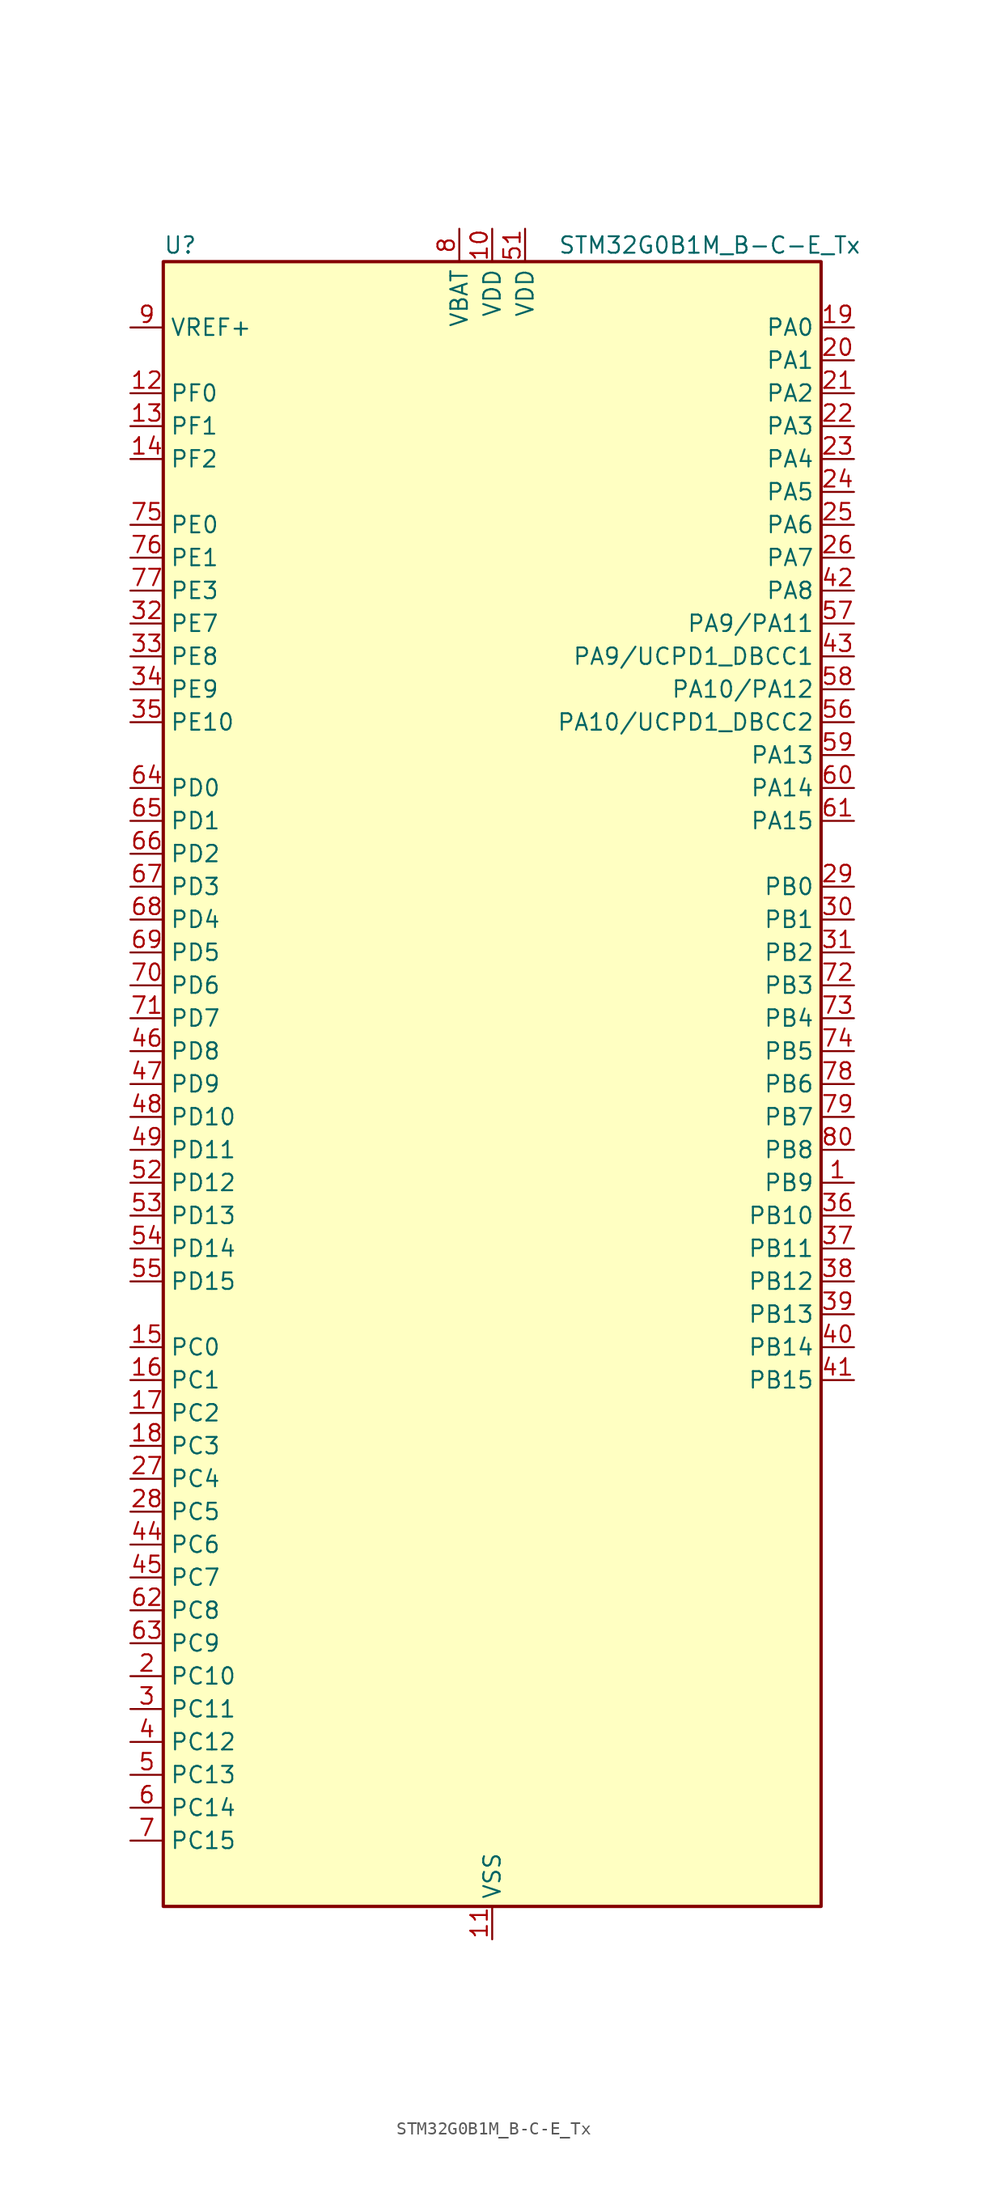
<source format=kicad_sym>
(kicad_symbol_lib
  (version 20231120)
  (generator "kicad-library-utils")
  (generator_version "8.0")
  (symbol "STM32G0B1M_B-C-E_Tx"
    (property "Reference" "U"
      (at -25.4 64.77 0)
      (effects (font (size 1.27 1.27)) (justify left)))
    (property "Value" "STM32G0B1M_B-C-E_Tx"
      (at 5.08 64.77 0)
      (effects (font (size 1.27 1.27)) (justify left)))
    (symbol "STM32G0B1M_B-C-E_Tx_0_1"
      (rectangle (start -25.4 -63.5) (end 25.4 63.5) (stroke (width 0.254) (type default)) (fill (type background))))
    (symbol "STM32G0B1M_B-C-E_Tx_1_1"
      (pin bidirectional line (at 27.94 -7.62 180) (length 2.54) (name "PB9" (effects (font (size 1.27 1.27)))) (number "1" (effects (font (size 1.27 1.27)))) (alternate "DAC1_EXTI9" bidirectional line) (alternate "FDCAN1_TX" bidirectional line) (alternate "I2C1_SDA" bidirectional line) (alternate "I2S2_WS" bidirectional line) (alternate "IR_OUT" bidirectional line) (alternate "SPI2_NSS" bidirectional line) (alternate "TIM17_CH1" bidirectional line) (alternate "TIM4_CH4" bidirectional line) (alternate "UCPD2_FRSTX1" bidirectional line) (alternate "UCPD2_FRSTX2" bidirectional line) (alternate "USART3_RX" bidirectional line) (alternate "USART6_RX" bidirectional line))
      (pin power_in line (at 0 66.04 270) (length 2.54) (name "VDD" (effects (font (size 1.27 1.27)))) (number "10" (effects (font (size 1.27 1.27)))))
      (pin power_in line (at 0 -66.04 90) (length 2.54) (name "VSS" (effects (font (size 1.27 1.27)))) (number "11" (effects (font (size 1.27 1.27)))))
      (pin bidirectional line (at -27.94 53.34 0) (length 2.54) (name "PF0" (effects (font (size 1.27 1.27)))) (number "12" (effects (font (size 1.27 1.27)))) (alternate "CRS1_SYNC" bidirectional line) (alternate "RCC_OSC_IN" bidirectional line) (alternate "TIM14_CH1" bidirectional line))
      (pin bidirectional line (at -27.94 50.8 0) (length 2.54) (name "PF1" (effects (font (size 1.27 1.27)))) (number "13" (effects (font (size 1.27 1.27)))) (alternate "RCC_OSC_EN" bidirectional line) (alternate "RCC_OSC_OUT" bidirectional line) (alternate "TIM15_CH1N" bidirectional line))
      (pin bidirectional line (at -27.94 48.26 0) (length 2.54) (name "PF2" (effects (font (size 1.27 1.27)))) (number "14" (effects (font (size 1.27 1.27)))) (alternate "LPUART2_DE" bidirectional line) (alternate "LPUART2_RTS" bidirectional line) (alternate "LPUART2_TX" bidirectional line) (alternate "RCC_MCO" bidirectional line))
      (pin bidirectional line (at -27.94 -20.32 0) (length 2.54) (name "PC0" (effects (font (size 1.27 1.27)))) (number "15" (effects (font (size 1.27 1.27)))) (alternate "COMP3_INM" bidirectional line) (alternate "COMP3_OUT" bidirectional line) (alternate "I2C3_SCL" bidirectional line) (alternate "LPTIM1_IN1" bidirectional line) (alternate "LPTIM2_IN1" bidirectional line) (alternate "LPUART1_RX" bidirectional line) (alternate "LPUART2_TX" bidirectional line) (alternate "USART6_TX" bidirectional line))
      (pin bidirectional line (at -27.94 -22.86 0) (length 2.54) (name "PC1" (effects (font (size 1.27 1.27)))) (number "16" (effects (font (size 1.27 1.27)))) (alternate "COMP3_INP" bidirectional line) (alternate "I2C3_SDA" bidirectional line) (alternate "LPTIM1_OUT" bidirectional line) (alternate "LPUART1_TX" bidirectional line) (alternate "LPUART2_RX" bidirectional line) (alternate "TIM15_CH1" bidirectional line) (alternate "USART6_RX" bidirectional line))
      (pin bidirectional line (at -27.94 -25.4 0) (length 2.54) (name "PC2" (effects (font (size 1.27 1.27)))) (number "17" (effects (font (size 1.27 1.27)))) (alternate "COMP3_OUT" bidirectional line) (alternate "FDCAN2_RX" bidirectional line) (alternate "I2S2_MCK" bidirectional line) (alternate "LPTIM1_IN2" bidirectional line) (alternate "SPI2_MISO" bidirectional line) (alternate "TIM15_CH2" bidirectional line))
      (pin bidirectional line (at -27.94 -27.94 0) (length 2.54) (name "PC3" (effects (font (size 1.27 1.27)))) (number "18" (effects (font (size 1.27 1.27)))) (alternate "FDCAN2_TX" bidirectional line) (alternate "I2S2_SD" bidirectional line) (alternate "LPTIM1_ETR" bidirectional line) (alternate "LPTIM2_ETR" bidirectional line) (alternate "SPI2_MOSI" bidirectional line))
      (pin bidirectional line (at 27.94 58.42 180) (length 2.54) (name "PA0" (effects (font (size 1.27 1.27)))) (number "19" (effects (font (size 1.27 1.27)))) (alternate "ADC1_IN0" bidirectional line) (alternate "COMP1_INM" bidirectional line) (alternate "COMP1_OUT" bidirectional line) (alternate "I2S2_CK" bidirectional line) (alternate "LPTIM1_OUT" bidirectional line) (alternate "RTC_TAMP_IN2" bidirectional line) (alternate "SPI2_SCK" bidirectional line) (alternate "SYS_WKUP1" bidirectional line) (alternate "TIM2_CH1" bidirectional line) (alternate "TIM2_ETR" bidirectional line) (alternate "UCPD2_FRSTX1" bidirectional line) (alternate "UCPD2_FRSTX2" bidirectional line) (alternate "USART2_CTS" bidirectional line) (alternate "USART2_NSS" bidirectional line) (alternate "USART4_TX" bidirectional line))
      (pin bidirectional line (at -27.94 -45.72 0) (length 2.54) (name "PC10" (effects (font (size 1.27 1.27)))) (number "2" (effects (font (size 1.27 1.27)))) (alternate "SPI3_SCK" bidirectional line) (alternate "TIM1_CH3" bidirectional line) (alternate "USART3_TX" bidirectional line) (alternate "USART4_TX" bidirectional line))
      (pin bidirectional line (at 27.94 55.88 180) (length 2.54) (name "PA1" (effects (font (size 1.27 1.27)))) (number "20" (effects (font (size 1.27 1.27)))) (alternate "ADC1_IN1" bidirectional line) (alternate "COMP1_INP" bidirectional line) (alternate "I2C1_SMBA" bidirectional line) (alternate "I2S1_CK" bidirectional line) (alternate "SPI1_SCK" bidirectional line) (alternate "TIM15_CH1N" bidirectional line) (alternate "TIM2_CH2" bidirectional line) (alternate "USART2_CK" bidirectional line) (alternate "USART2_DE" bidirectional line) (alternate "USART2_RTS" bidirectional line) (alternate "USART4_RX" bidirectional line))
      (pin bidirectional line (at 27.94 53.34 180) (length 2.54) (name "PA2" (effects (font (size 1.27 1.27)))) (number "21" (effects (font (size 1.27 1.27)))) (alternate "ADC1_IN2" bidirectional line) (alternate "COMP2_INM" bidirectional line) (alternate "COMP2_OUT" bidirectional line) (alternate "I2S1_SD" bidirectional line) (alternate "LPUART1_TX" bidirectional line) (alternate "RCC_LSCO" bidirectional line) (alternate "SPI1_MOSI" bidirectional line) (alternate "SYS_WKUP4" bidirectional line) (alternate "TIM15_CH1" bidirectional line) (alternate "TIM2_CH3" bidirectional line) (alternate "UCPD1_FRSTX1" bidirectional line) (alternate "UCPD1_FRSTX2" bidirectional line) (alternate "USART2_TX" bidirectional line))
      (pin bidirectional line (at 27.94 50.8 180) (length 2.54) (name "PA3" (effects (font (size 1.27 1.27)))) (number "22" (effects (font (size 1.27 1.27)))) (alternate "ADC1_IN3" bidirectional line) (alternate "COMP2_INP" bidirectional line) (alternate "I2S2_MCK" bidirectional line) (alternate "LPUART1_RX" bidirectional line) (alternate "SPI2_MISO" bidirectional line) (alternate "TIM15_CH2" bidirectional line) (alternate "TIM2_CH4" bidirectional line) (alternate "UCPD2_FRSTX1" bidirectional line) (alternate "UCPD2_FRSTX2" bidirectional line) (alternate "USART2_RX" bidirectional line))
      (pin bidirectional line (at 27.94 48.26 180) (length 2.54) (name "PA4" (effects (font (size 1.27 1.27)))) (number "23" (effects (font (size 1.27 1.27)))) (alternate "ADC1_IN4" bidirectional line) (alternate "DAC1_OUT1" bidirectional line) (alternate "I2S1_WS" bidirectional line) (alternate "I2S2_SD" bidirectional line) (alternate "LPTIM2_OUT" bidirectional line) (alternate "RTC_OUT2" bidirectional line) (alternate "SPI1_NSS" bidirectional line) (alternate "SPI2_MOSI" bidirectional line) (alternate "SPI3_NSS" bidirectional line) (alternate "TIM14_CH1" bidirectional line) (alternate "UCPD2_FRSTX1" bidirectional line) (alternate "UCPD2_FRSTX2" bidirectional line) (alternate "USART6_TX" bidirectional line) (alternate "USB_NOE" bidirectional line))
      (pin bidirectional line (at 27.94 45.72 180) (length 2.54) (name "PA5" (effects (font (size 1.27 1.27)))) (number "24" (effects (font (size 1.27 1.27)))) (alternate "ADC1_IN5" bidirectional line) (alternate "CEC" bidirectional line) (alternate "DAC1_OUT2" bidirectional line) (alternate "I2S1_CK" bidirectional line) (alternate "LPTIM2_ETR" bidirectional line) (alternate "SPI1_SCK" bidirectional line) (alternate "TIM2_CH1" bidirectional line) (alternate "TIM2_ETR" bidirectional line) (alternate "UCPD1_FRSTX1" bidirectional line) (alternate "UCPD1_FRSTX2" bidirectional line) (alternate "USART3_TX" bidirectional line) (alternate "USART6_RX" bidirectional line))
      (pin bidirectional line (at 27.94 43.18 180) (length 2.54) (name "PA6" (effects (font (size 1.27 1.27)))) (number "25" (effects (font (size 1.27 1.27)))) (alternate "ADC1_IN6" bidirectional line) (alternate "COMP1_OUT" bidirectional line) (alternate "I2C2_SDA" bidirectional line) (alternate "I2C3_SDA" bidirectional line) (alternate "I2S1_MCK" bidirectional line) (alternate "LPUART1_CTS" bidirectional line) (alternate "SPI1_MISO" bidirectional line) (alternate "TIM16_CH1" bidirectional line) (alternate "TIM1_BK" bidirectional line) (alternate "TIM3_CH1" bidirectional line) (alternate "USART3_CTS" bidirectional line) (alternate "USART3_NSS" bidirectional line) (alternate "USART6_CTS" bidirectional line) (alternate "USART6_NSS" bidirectional line))
      (pin bidirectional line (at 27.94 40.64 180) (length 2.54) (name "PA7" (effects (font (size 1.27 1.27)))) (number "26" (effects (font (size 1.27 1.27)))) (alternate "ADC1_IN7" bidirectional line) (alternate "COMP2_OUT" bidirectional line) (alternate "I2C2_SCL" bidirectional line) (alternate "I2C3_SCL" bidirectional line) (alternate "I2S1_SD" bidirectional line) (alternate "SPI1_MOSI" bidirectional line) (alternate "TIM14_CH1" bidirectional line) (alternate "TIM17_CH1" bidirectional line) (alternate "TIM1_CH1N" bidirectional line) (alternate "TIM3_CH2" bidirectional line) (alternate "UCPD1_FRSTX1" bidirectional line) (alternate "UCPD1_FRSTX2" bidirectional line) (alternate "USART6_CK" bidirectional line) (alternate "USART6_DE" bidirectional line) (alternate "USART6_RTS" bidirectional line))
      (pin bidirectional line (at -27.94 -30.48 0) (length 2.54) (name "PC4" (effects (font (size 1.27 1.27)))) (number "27" (effects (font (size 1.27 1.27)))) (alternate "ADC1_IN17" bidirectional line) (alternate "COMP1_INM" bidirectional line) (alternate "FDCAN1_RX" bidirectional line) (alternate "TIM2_CH1" bidirectional line) (alternate "TIM2_ETR" bidirectional line) (alternate "USART1_TX" bidirectional line) (alternate "USART3_TX" bidirectional line))
      (pin bidirectional line (at -27.94 -33.02 0) (length 2.54) (name "PC5" (effects (font (size 1.27 1.27)))) (number "28" (effects (font (size 1.27 1.27)))) (alternate "ADC1_IN18" bidirectional line) (alternate "COMP1_INP" bidirectional line) (alternate "FDCAN1_TX" bidirectional line) (alternate "SYS_WKUP5" bidirectional line) (alternate "TIM2_CH2" bidirectional line) (alternate "USART1_RX" bidirectional line) (alternate "USART3_RX" bidirectional line))
      (pin bidirectional line (at 27.94 15.24 180) (length 2.54) (name "PB0" (effects (font (size 1.27 1.27)))) (number "29" (effects (font (size 1.27 1.27)))) (alternate "ADC1_IN8" bidirectional line) (alternate "COMP1_OUT" bidirectional line) (alternate "COMP3_INP" bidirectional line) (alternate "FDCAN2_RX" bidirectional line) (alternate "I2S1_WS" bidirectional line) (alternate "LPTIM1_OUT" bidirectional line) (alternate "LPUART2_CTS" bidirectional line) (alternate "SPI1_NSS" bidirectional line) (alternate "TIM1_CH2N" bidirectional line) (alternate "TIM3_CH3" bidirectional line) (alternate "UCPD1_FRSTX1" bidirectional line) (alternate "UCPD1_FRSTX2" bidirectional line) (alternate "USART3_RX" bidirectional line) (alternate "USART5_TX" bidirectional line))
      (pin bidirectional line (at -27.94 -48.26 0) (length 2.54) (name "PC11" (effects (font (size 1.27 1.27)))) (number "3" (effects (font (size 1.27 1.27)))) (alternate "ADC1_EXTI11" bidirectional line) (alternate "SPI3_MISO" bidirectional line) (alternate "TIM1_CH4" bidirectional line) (alternate "USART3_RX" bidirectional line) (alternate "USART4_RX" bidirectional line))
      (pin bidirectional line (at 27.94 12.7 180) (length 2.54) (name "PB1" (effects (font (size 1.27 1.27)))) (number "30" (effects (font (size 1.27 1.27)))) (alternate "ADC1_IN9" bidirectional line) (alternate "COMP1_INM" bidirectional line) (alternate "COMP3_OUT" bidirectional line) (alternate "FDCAN2_TX" bidirectional line) (alternate "LPTIM2_IN1" bidirectional line) (alternate "LPUART1_DE" bidirectional line) (alternate "LPUART1_RTS" bidirectional line) (alternate "LPUART2_DE" bidirectional line) (alternate "LPUART2_RTS" bidirectional line) (alternate "TIM14_CH1" bidirectional line) (alternate "TIM1_CH3N" bidirectional line) (alternate "TIM3_CH4" bidirectional line) (alternate "USART3_CK" bidirectional line) (alternate "USART3_DE" bidirectional line) (alternate "USART3_RTS" bidirectional line) (alternate "USART5_RX" bidirectional line))
      (pin bidirectional line (at 27.94 10.16 180) (length 2.54) (name "PB2" (effects (font (size 1.27 1.27)))) (number "31" (effects (font (size 1.27 1.27)))) (alternate "ADC1_IN10" bidirectional line) (alternate "COMP1_INP" bidirectional line) (alternate "COMP3_INM" bidirectional line) (alternate "I2S2_MCK" bidirectional line) (alternate "LPTIM1_OUT" bidirectional line) (alternate "RCC_MCO_2" bidirectional line) (alternate "SPI2_MISO" bidirectional line) (alternate "USART3_TX" bidirectional line))
      (pin bidirectional line (at -27.94 35.56 0) (length 2.54) (name "PE7" (effects (font (size 1.27 1.27)))) (number "32" (effects (font (size 1.27 1.27)))) (alternate "COMP3_INP" bidirectional line) (alternate "TIM1_ETR" bidirectional line) (alternate "USART5_CK" bidirectional line) (alternate "USART5_DE" bidirectional line) (alternate "USART5_RTS" bidirectional line))
      (pin bidirectional line (at -27.94 33.02 0) (length 2.54) (name "PE8" (effects (font (size 1.27 1.27)))) (number "33" (effects (font (size 1.27 1.27)))) (alternate "COMP3_INM" bidirectional line) (alternate "TIM1_CH1N" bidirectional line) (alternate "USART4_TX" bidirectional line))
      (pin bidirectional line (at -27.94 30.48 0) (length 2.54) (name "PE9" (effects (font (size 1.27 1.27)))) (number "34" (effects (font (size 1.27 1.27)))) (alternate "DAC1_EXTI9" bidirectional line) (alternate "TIM1_CH1" bidirectional line) (alternate "USART4_RX" bidirectional line))
      (pin bidirectional line (at -27.94 27.94 0) (length 2.54) (name "PE10" (effects (font (size 1.27 1.27)))) (number "35" (effects (font (size 1.27 1.27)))) (alternate "TIM1_CH2N" bidirectional line) (alternate "USART5_TX" bidirectional line))
      (pin bidirectional line (at 27.94 -10.16 180) (length 2.54) (name "PB10" (effects (font (size 1.27 1.27)))) (number "36" (effects (font (size 1.27 1.27)))) (alternate "ADC1_IN11" bidirectional line) (alternate "CEC" bidirectional line) (alternate "COMP1_OUT" bidirectional line) (alternate "I2C2_SCL" bidirectional line) (alternate "I2S2_CK" bidirectional line) (alternate "LPUART1_RX" bidirectional line) (alternate "SPI2_SCK" bidirectional line) (alternate "TIM2_CH3" bidirectional line) (alternate "USART3_TX" bidirectional line))
      (pin bidirectional line (at 27.94 -12.7 180) (length 2.54) (name "PB11" (effects (font (size 1.27 1.27)))) (number "37" (effects (font (size 1.27 1.27)))) (alternate "ADC1_EXTI11" bidirectional line) (alternate "ADC1_IN15" bidirectional line) (alternate "COMP2_OUT" bidirectional line) (alternate "I2C2_SDA" bidirectional line) (alternate "I2S2_SD" bidirectional line) (alternate "LPUART1_TX" bidirectional line) (alternate "SPI2_MOSI" bidirectional line) (alternate "TIM2_CH4" bidirectional line) (alternate "USART3_RX" bidirectional line))
      (pin bidirectional line (at 27.94 -15.24 180) (length 2.54) (name "PB12" (effects (font (size 1.27 1.27)))) (number "38" (effects (font (size 1.27 1.27)))) (alternate "ADC1_IN16" bidirectional line) (alternate "FDCAN2_RX" bidirectional line) (alternate "I2C2_SMBA" bidirectional line) (alternate "I2S2_WS" bidirectional line) (alternate "LPUART1_DE" bidirectional line) (alternate "LPUART1_RTS" bidirectional line) (alternate "SPI2_NSS" bidirectional line) (alternate "TIM15_BK" bidirectional line) (alternate "TIM1_BK" bidirectional line) (alternate "UCPD2_FRSTX1" bidirectional line) (alternate "UCPD2_FRSTX2" bidirectional line))
      (pin bidirectional line (at 27.94 -17.78 180) (length 2.54) (name "PB13" (effects (font (size 1.27 1.27)))) (number "39" (effects (font (size 1.27 1.27)))) (alternate "FDCAN2_TX" bidirectional line) (alternate "I2C2_SCL" bidirectional line) (alternate "I2S2_CK" bidirectional line) (alternate "LPUART1_CTS" bidirectional line) (alternate "SPI2_SCK" bidirectional line) (alternate "TIM15_CH1N" bidirectional line) (alternate "TIM1_CH1N" bidirectional line) (alternate "USART3_CTS" bidirectional line) (alternate "USART3_NSS" bidirectional line))
      (pin bidirectional line (at -27.94 -50.8 0) (length 2.54) (name "PC12" (effects (font (size 1.27 1.27)))) (number "4" (effects (font (size 1.27 1.27)))) (alternate "LPTIM1_IN1" bidirectional line) (alternate "SPI3_MOSI" bidirectional line) (alternate "TIM14_CH1" bidirectional line) (alternate "UCPD1_FRSTX1" bidirectional line) (alternate "UCPD1_FRSTX2" bidirectional line) (alternate "USART5_TX" bidirectional line))
      (pin bidirectional line (at 27.94 -20.32 180) (length 2.54) (name "PB14" (effects (font (size 1.27 1.27)))) (number "40" (effects (font (size 1.27 1.27)))) (alternate "I2C2_SDA" bidirectional line) (alternate "I2S2_MCK" bidirectional line) (alternate "SPI2_MISO" bidirectional line) (alternate "TIM15_CH1" bidirectional line) (alternate "TIM1_CH2N" bidirectional line) (alternate "UCPD1_FRSTX1" bidirectional line) (alternate "UCPD1_FRSTX2" bidirectional line) (alternate "USART3_CK" bidirectional line) (alternate "USART3_DE" bidirectional line) (alternate "USART3_RTS" bidirectional line) (alternate "USART6_CK" bidirectional line) (alternate "USART6_DE" bidirectional line) (alternate "USART6_RTS" bidirectional line))
      (pin bidirectional line (at 27.94 -22.86 180) (length 2.54) (name "PB15" (effects (font (size 1.27 1.27)))) (number "41" (effects (font (size 1.27 1.27)))) (alternate "I2S2_SD" bidirectional line) (alternate "RTC_REFIN" bidirectional line) (alternate "SPI2_MOSI" bidirectional line) (alternate "TIM15_CH1N" bidirectional line) (alternate "TIM15_CH2" bidirectional line) (alternate "TIM1_CH3N" bidirectional line) (alternate "UCPD1_CC2" bidirectional line) (alternate "USART6_CTS" bidirectional line) (alternate "USART6_NSS" bidirectional line))
      (pin bidirectional line (at 27.94 38.1 180) (length 2.54) (name "PA8" (effects (font (size 1.27 1.27)))) (number "42" (effects (font (size 1.27 1.27)))) (alternate "CRS1_SYNC" bidirectional line) (alternate "I2C2_SMBA" bidirectional line) (alternate "I2S2_WS" bidirectional line) (alternate "LPTIM2_OUT" bidirectional line) (alternate "RCC_MCO" bidirectional line) (alternate "SPI2_NSS" bidirectional line) (alternate "TIM1_CH1" bidirectional line) (alternate "UCPD1_CC1" bidirectional line))
      (pin bidirectional line (at 27.94 33.02 180) (length 2.54) (name "PA9/UCPD1_DBCC1" (effects (font (size 1.27 1.27)))) (number "43" (effects (font (size 1.27 1.27)))) (alternate "PA9" bidirectional line) (alternate "DAC1_EXTI9 (PA9)" bidirectional line) (alternate "I2C1_SCL (PA9)" bidirectional line) (alternate "I2C2_SCL (PA9)" bidirectional line) (alternate "I2S2_MCK (PA9)" bidirectional line) (alternate "RCC_MCO (PA9)" bidirectional line) (alternate "SPI2_MISO (PA9)" bidirectional line) (alternate "TIM15_BK (PA9)" bidirectional line) (alternate "TIM1_CH2 (PA9)" bidirectional line) (alternate "UCPD1_DBCC1 (PA9)" bidirectional line) (alternate "USART1_TX (PA9)" bidirectional line) (alternate "UCPD1_DBCC1" bidirectional line) (alternate "UCPD1_DBCC1 (UCPD1_DBCC1)" bidirectional line))
      (pin bidirectional line (at -27.94 -35.56 0) (length 2.54) (name "PC6" (effects (font (size 1.27 1.27)))) (number "44" (effects (font (size 1.27 1.27)))) (alternate "LPUART2_TX" bidirectional line) (alternate "TIM2_CH3" bidirectional line) (alternate "TIM3_CH1" bidirectional line) (alternate "UCPD1_FRSTX1" bidirectional line) (alternate "UCPD1_FRSTX2" bidirectional line))
      (pin bidirectional line (at -27.94 -38.1 0) (length 2.54) (name "PC7" (effects (font (size 1.27 1.27)))) (number "45" (effects (font (size 1.27 1.27)))) (alternate "LPUART2_RX" bidirectional line) (alternate "TIM2_CH4" bidirectional line) (alternate "TIM3_CH2" bidirectional line) (alternate "UCPD2_FRSTX1" bidirectional line) (alternate "UCPD2_FRSTX2" bidirectional line))
      (pin bidirectional line (at -27.94 2.54 0) (length 2.54) (name "PD8" (effects (font (size 1.27 1.27)))) (number "46" (effects (font (size 1.27 1.27)))) (alternate "I2S1_CK" bidirectional line) (alternate "LPTIM1_OUT" bidirectional line) (alternate "SPI1_SCK" bidirectional line) (alternate "USART3_TX" bidirectional line))
      (pin bidirectional line (at -27.94 0 0) (length 2.54) (name "PD9" (effects (font (size 1.27 1.27)))) (number "47" (effects (font (size 1.27 1.27)))) (alternate "DAC1_EXTI9" bidirectional line) (alternate "I2S1_WS" bidirectional line) (alternate "SPI1_NSS" bidirectional line) (alternate "TIM1_BK2" bidirectional line) (alternate "USART3_RX" bidirectional line))
      (pin bidirectional line (at -27.94 -2.54 0) (length 2.54) (name "PD10" (effects (font (size 1.27 1.27)))) (number "48" (effects (font (size 1.27 1.27)))) (alternate "RCC_MCO" bidirectional line))
      (pin bidirectional line (at -27.94 -5.08 0) (length 2.54) (name "PD11" (effects (font (size 1.27 1.27)))) (number "49" (effects (font (size 1.27 1.27)))) (alternate "ADC1_EXTI11" bidirectional line) (alternate "LPTIM2_ETR" bidirectional line) (alternate "USART3_CTS" bidirectional line) (alternate "USART3_NSS" bidirectional line))
      (pin bidirectional line (at -27.94 -53.34 0) (length 2.54) (name "PC13" (effects (font (size 1.27 1.27)))) (number "5" (effects (font (size 1.27 1.27)))) (alternate "RTC_OUT1" bidirectional line) (alternate "RTC_TAMP_IN1" bidirectional line) (alternate "RTC_TS" bidirectional line) (alternate "SYS_WKUP2" bidirectional line) (alternate "TIM1_BK" bidirectional line))
      (pin passive line (at 0 -66.04 90) (length 2.54) hide (name "VSS" (effects (font (size 1.27 1.27)))) (number "50" (effects (font (size 1.27 1.27)))))
      (pin power_in line (at 2.54 66.04 270) (length 2.54) (name "VDD" (effects (font (size 1.27 1.27)))) (number "51" (effects (font (size 1.27 1.27)))))
      (pin bidirectional line (at -27.94 -7.62 0) (length 2.54) (name "PD12" (effects (font (size 1.27 1.27)))) (number "52" (effects (font (size 1.27 1.27)))) (alternate "FDCAN1_RX" bidirectional line) (alternate "LPTIM2_IN1" bidirectional line) (alternate "TIM4_CH1" bidirectional line) (alternate "USART3_CK" bidirectional line) (alternate "USART3_DE" bidirectional line) (alternate "USART3_RTS" bidirectional line))
      (pin bidirectional line (at -27.94 -10.16 0) (length 2.54) (name "PD13" (effects (font (size 1.27 1.27)))) (number "53" (effects (font (size 1.27 1.27)))) (alternate "FDCAN1_TX" bidirectional line) (alternate "LPTIM2_OUT" bidirectional line) (alternate "TIM4_CH2" bidirectional line))
      (pin bidirectional line (at -27.94 -12.7 0) (length 2.54) (name "PD14" (effects (font (size 1.27 1.27)))) (number "54" (effects (font (size 1.27 1.27)))) (alternate "FDCAN2_RX" bidirectional line) (alternate "LPUART2_CTS" bidirectional line) (alternate "TIM4_CH3" bidirectional line))
      (pin bidirectional line (at -27.94 -15.24 0) (length 2.54) (name "PD15" (effects (font (size 1.27 1.27)))) (number "55" (effects (font (size 1.27 1.27)))) (alternate "CRS1_SYNC" bidirectional line) (alternate "FDCAN2_TX" bidirectional line) (alternate "LPUART2_DE" bidirectional line) (alternate "LPUART2_RTS" bidirectional line) (alternate "TIM4_CH4" bidirectional line))
      (pin bidirectional line (at 27.94 27.94 180) (length 2.54) (name "PA10/UCPD1_DBCC2" (effects (font (size 1.27 1.27)))) (number "56" (effects (font (size 1.27 1.27)))) (alternate "PA10" bidirectional line) (alternate "I2C1_SDA (PA10)" bidirectional line) (alternate "I2C2_SDA (PA10)" bidirectional line) (alternate "I2S2_SD (PA10)" bidirectional line) (alternate "RCC_MCO_2 (PA10)" bidirectional line) (alternate "SPI2_MOSI (PA10)" bidirectional line) (alternate "TIM17_BK (PA10)" bidirectional line) (alternate "TIM1_CH3 (PA10)" bidirectional line) (alternate "UCPD1_DBCC2 (PA10)" bidirectional line) (alternate "USART1_RX (PA10)" bidirectional line) (alternate "UCPD1_DBCC2" bidirectional line) (alternate "UCPD1_DBCC2 (UCPD1_DBCC2)" bidirectional line))
      (pin bidirectional line (at 27.94 35.56 180) (length 2.54) (name "PA9/PA11" (effects (font (size 1.27 1.27)))) (number "57" (effects (font (size 1.27 1.27)))) (alternate "PA9" bidirectional line) (alternate "DAC1_EXTI9 (PA9)" bidirectional line) (alternate "I2C1_SCL (PA9)" bidirectional line) (alternate "I2C2_SCL (PA9)" bidirectional line) (alternate "I2S2_MCK (PA9)" bidirectional line) (alternate "RCC_MCO (PA9)" bidirectional line) (alternate "SPI2_MISO (PA9)" bidirectional line) (alternate "TIM15_BK (PA9)" bidirectional line) (alternate "TIM1_CH2 (PA9)" bidirectional line) (alternate "UCPD1_DBCC1 (PA9)" bidirectional line) (alternate "USART1_TX (PA9)" bidirectional line) (alternate "PA11" bidirectional line) (alternate "ADC1_EXTI11 (PA11)" bidirectional line) (alternate "COMP1_OUT (PA11)" bidirectional line) (alternate "FDCAN1_RX (PA11)" bidirectional line) (alternate "I2C2_SCL (PA11)" bidirectional line) (alternate "I2S1_MCK (PA11)" bidirectional line) (alternate "SPI1_MISO (PA11)" bidirectional line) (alternate "TIM1_BK2 (PA11)" bidirectional line) (alternate "TIM1_CH4 (PA11)" bidirectional line) (alternate "USART1_CTS (PA11)" bidirectional line) (alternate "USART1_NSS (PA11)" bidirectional line) (alternate "USB_DM (PA11)" bidirectional line))
      (pin bidirectional line (at 27.94 30.48 180) (length 2.54) (name "PA10/PA12" (effects (font (size 1.27 1.27)))) (number "58" (effects (font (size 1.27 1.27)))) (alternate "PA10" bidirectional line) (alternate "I2C1_SDA (PA10)" bidirectional line) (alternate "I2C2_SDA (PA10)" bidirectional line) (alternate "I2S2_SD (PA10)" bidirectional line) (alternate "RCC_MCO_2 (PA10)" bidirectional line) (alternate "SPI2_MOSI (PA10)" bidirectional line) (alternate "TIM17_BK (PA10)" bidirectional line) (alternate "TIM1_CH3 (PA10)" bidirectional line) (alternate "UCPD1_DBCC2 (PA10)" bidirectional line) (alternate "USART1_RX (PA10)" bidirectional line) (alternate "PA12" bidirectional line) (alternate "COMP2_OUT (PA12)" bidirectional line) (alternate "FDCAN1_TX (PA12)" bidirectional line) (alternate "I2C2_SDA (PA12)" bidirectional line) (alternate "I2S1_SD (PA12)" bidirectional line) (alternate "I2S_CKIN (PA12)" bidirectional line) (alternate "SPI1_MOSI (PA12)" bidirectional line) (alternate "TIM1_ETR (PA12)" bidirectional line) (alternate "USART1_CK (PA12)" bidirectional line) (alternate "USART1_DE (PA12)" bidirectional line) (alternate "USART1_RTS (PA12)" bidirectional line) (alternate "USB_DP (PA12)" bidirectional line))
      (pin bidirectional line (at 27.94 25.4 180) (length 2.54) (name "PA13" (effects (font (size 1.27 1.27)))) (number "59" (effects (font (size 1.27 1.27)))) (alternate "IR_OUT" bidirectional line) (alternate "LPUART2_RX" bidirectional line) (alternate "SYS_SWDIO" bidirectional line) (alternate "USB_NOE" bidirectional line))
      (pin bidirectional line (at -27.94 -55.88 0) (length 2.54) (name "PC14" (effects (font (size 1.27 1.27)))) (number "6" (effects (font (size 1.27 1.27)))) (alternate "RCC_OSC32_IN" bidirectional line) (alternate "TIM1_BK2" bidirectional line))
      (pin bidirectional line (at 27.94 22.86 180) (length 2.54) (name "PA14" (effects (font (size 1.27 1.27)))) (number "60" (effects (font (size 1.27 1.27)))) (alternate "LPUART2_TX" bidirectional line) (alternate "SYS_SWCLK" bidirectional line) (alternate "USART2_TX" bidirectional line))
      (pin bidirectional line (at 27.94 20.32 180) (length 2.54) (name "PA15" (effects (font (size 1.27 1.27)))) (number "61" (effects (font (size 1.27 1.27)))) (alternate "I2C2_SMBA" bidirectional line) (alternate "I2S1_WS" bidirectional line) (alternate "RCC_MCO_2" bidirectional line) (alternate "SPI1_NSS" bidirectional line) (alternate "SPI3_NSS" bidirectional line) (alternate "TIM2_CH1" bidirectional line) (alternate "TIM2_ETR" bidirectional line) (alternate "USART2_RX" bidirectional line) (alternate "USART3_CK" bidirectional line) (alternate "USART3_DE" bidirectional line) (alternate "USART3_RTS" bidirectional line) (alternate "USART4_CK" bidirectional line) (alternate "USART4_DE" bidirectional line) (alternate "USART4_RTS" bidirectional line) (alternate "USB_NOE" bidirectional line))
      (pin bidirectional line (at -27.94 -40.64 0) (length 2.54) (name "PC8" (effects (font (size 1.27 1.27)))) (number "62" (effects (font (size 1.27 1.27)))) (alternate "LPUART2_CTS" bidirectional line) (alternate "TIM1_CH1" bidirectional line) (alternate "TIM3_CH3" bidirectional line) (alternate "UCPD2_FRSTX1" bidirectional line) (alternate "UCPD2_FRSTX2" bidirectional line))
      (pin bidirectional line (at -27.94 -43.18 0) (length 2.54) (name "PC9" (effects (font (size 1.27 1.27)))) (number "63" (effects (font (size 1.27 1.27)))) (alternate "DAC1_EXTI9" bidirectional line) (alternate "I2S_CKIN" bidirectional line) (alternate "LPUART2_DE" bidirectional line) (alternate "LPUART2_RTS" bidirectional line) (alternate "TIM1_CH2" bidirectional line) (alternate "TIM3_CH4" bidirectional line) (alternate "USB_NOE" bidirectional line))
      (pin bidirectional line (at -27.94 22.86 0) (length 2.54) (name "PD0" (effects (font (size 1.27 1.27)))) (number "64" (effects (font (size 1.27 1.27)))) (alternate "FDCAN1_RX" bidirectional line) (alternate "I2S2_WS" bidirectional line) (alternate "SPI2_NSS" bidirectional line) (alternate "TIM16_CH1" bidirectional line) (alternate "UCPD2_CC1" bidirectional line))
      (pin bidirectional line (at -27.94 20.32 0) (length 2.54) (name "PD1" (effects (font (size 1.27 1.27)))) (number "65" (effects (font (size 1.27 1.27)))) (alternate "FDCAN1_TX" bidirectional line) (alternate "I2S2_CK" bidirectional line) (alternate "SPI2_SCK" bidirectional line) (alternate "TIM17_CH1" bidirectional line) (alternate "UCPD2_DBCC1" bidirectional line))
      (pin bidirectional line (at -27.94 17.78 0) (length 2.54) (name "PD2" (effects (font (size 1.27 1.27)))) (number "66" (effects (font (size 1.27 1.27)))) (alternate "TIM1_CH1N" bidirectional line) (alternate "TIM3_ETR" bidirectional line) (alternate "UCPD2_CC2" bidirectional line) (alternate "USART3_CK" bidirectional line) (alternate "USART3_DE" bidirectional line) (alternate "USART3_RTS" bidirectional line) (alternate "USART5_RX" bidirectional line))
      (pin bidirectional line (at -27.94 15.24 0) (length 2.54) (name "PD3" (effects (font (size 1.27 1.27)))) (number "67" (effects (font (size 1.27 1.27)))) (alternate "I2S2_MCK" bidirectional line) (alternate "SPI2_MISO" bidirectional line) (alternate "TIM1_CH2N" bidirectional line) (alternate "UCPD2_DBCC2" bidirectional line) (alternate "USART2_CTS" bidirectional line) (alternate "USART2_NSS" bidirectional line) (alternate "USART5_TX" bidirectional line))
      (pin bidirectional line (at -27.94 12.7 0) (length 2.54) (name "PD4" (effects (font (size 1.27 1.27)))) (number "68" (effects (font (size 1.27 1.27)))) (alternate "I2S2_SD" bidirectional line) (alternate "SPI2_MOSI" bidirectional line) (alternate "TIM1_CH3N" bidirectional line) (alternate "USART2_CK" bidirectional line) (alternate "USART2_DE" bidirectional line) (alternate "USART2_RTS" bidirectional line) (alternate "USART5_CK" bidirectional line) (alternate "USART5_DE" bidirectional line) (alternate "USART5_RTS" bidirectional line))
      (pin bidirectional line (at -27.94 10.16 0) (length 2.54) (name "PD5" (effects (font (size 1.27 1.27)))) (number "69" (effects (font (size 1.27 1.27)))) (alternate "I2S1_MCK" bidirectional line) (alternate "SPI1_MISO" bidirectional line) (alternate "TIM1_BK" bidirectional line) (alternate "USART2_TX" bidirectional line) (alternate "USART5_CTS" bidirectional line) (alternate "USART5_NSS" bidirectional line))
      (pin bidirectional line (at -27.94 -58.42 0) (length 2.54) (name "PC15" (effects (font (size 1.27 1.27)))) (number "7" (effects (font (size 1.27 1.27)))) (alternate "RCC_OSC32_EN" bidirectional line) (alternate "RCC_OSC32_OUT" bidirectional line) (alternate "RCC_OSC_EN" bidirectional line) (alternate "TIM15_BK" bidirectional line))
      (pin bidirectional line (at -27.94 7.62 0) (length 2.54) (name "PD6" (effects (font (size 1.27 1.27)))) (number "70" (effects (font (size 1.27 1.27)))) (alternate "I2S1_SD" bidirectional line) (alternate "LPTIM2_OUT" bidirectional line) (alternate "SPI1_MOSI" bidirectional line) (alternate "USART2_RX" bidirectional line))
      (pin bidirectional line (at -27.94 5.08 0) (length 2.54) (name "PD7" (effects (font (size 1.27 1.27)))) (number "71" (effects (font (size 1.27 1.27)))) (alternate "RCC_MCO_2" bidirectional line))
      (pin bidirectional line (at 27.94 7.62 180) (length 2.54) (name "PB3" (effects (font (size 1.27 1.27)))) (number "72" (effects (font (size 1.27 1.27)))) (alternate "COMP2_INM" bidirectional line) (alternate "I2C2_SCL" bidirectional line) (alternate "I2C3_SCL" bidirectional line) (alternate "I2S1_CK" bidirectional line) (alternate "SPI1_SCK" bidirectional line) (alternate "SPI3_SCK" bidirectional line) (alternate "TIM1_CH2" bidirectional line) (alternate "TIM2_CH2" bidirectional line) (alternate "USART1_CK" bidirectional line) (alternate "USART1_DE" bidirectional line) (alternate "USART1_RTS" bidirectional line) (alternate "USART5_TX" bidirectional line))
      (pin bidirectional line (at 27.94 5.08 180) (length 2.54) (name "PB4" (effects (font (size 1.27 1.27)))) (number "73" (effects (font (size 1.27 1.27)))) (alternate "COMP2_INP" bidirectional line) (alternate "I2C2_SDA" bidirectional line) (alternate "I2C3_SDA" bidirectional line) (alternate "I2S1_MCK" bidirectional line) (alternate "SPI1_MISO" bidirectional line) (alternate "SPI3_MISO" bidirectional line) (alternate "TIM17_BK" bidirectional line) (alternate "TIM3_CH1" bidirectional line) (alternate "USART1_CTS" bidirectional line) (alternate "USART1_NSS" bidirectional line) (alternate "USART5_RX" bidirectional line))
      (pin bidirectional line (at 27.94 2.54 180) (length 2.54) (name "PB5" (effects (font (size 1.27 1.27)))) (number "74" (effects (font (size 1.27 1.27)))) (alternate "COMP2_OUT" bidirectional line) (alternate "FDCAN2_RX" bidirectional line) (alternate "I2C1_SMBA" bidirectional line) (alternate "I2S1_SD" bidirectional line) (alternate "LPTIM1_IN1" bidirectional line) (alternate "SPI1_MOSI" bidirectional line) (alternate "SPI3_MOSI" bidirectional line) (alternate "SYS_WKUP6" bidirectional line) (alternate "TIM16_BK" bidirectional line) (alternate "TIM3_CH2" bidirectional line) (alternate "USART5_CK" bidirectional line) (alternate "USART5_DE" bidirectional line) (alternate "USART5_RTS" bidirectional line))
      (pin bidirectional line (at -27.94 43.18 0) (length 2.54) (name "PE0" (effects (font (size 1.27 1.27)))) (number "75" (effects (font (size 1.27 1.27)))) (alternate "TIM16_CH1" bidirectional line) (alternate "TIM4_ETR" bidirectional line))
      (pin bidirectional line (at -27.94 40.64 0) (length 2.54) (name "PE1" (effects (font (size 1.27 1.27)))) (number "76" (effects (font (size 1.27 1.27)))) (alternate "TIM17_CH1" bidirectional line))
      (pin bidirectional line (at -27.94 38.1 0) (length 2.54) (name "PE3" (effects (font (size 1.27 1.27)))) (number "77" (effects (font (size 1.27 1.27)))) (alternate "TIM3_CH1" bidirectional line))
      (pin bidirectional line (at 27.94 0 180) (length 2.54) (name "PB6" (effects (font (size 1.27 1.27)))) (number "78" (effects (font (size 1.27 1.27)))) (alternate "COMP2_INP" bidirectional line) (alternate "FDCAN2_TX" bidirectional line) (alternate "I2C1_SCL" bidirectional line) (alternate "I2S2_MCK" bidirectional line) (alternate "LPTIM1_ETR" bidirectional line) (alternate "LPUART2_TX" bidirectional line) (alternate "SPI2_MISO" bidirectional line) (alternate "TIM16_CH1N" bidirectional line) (alternate "TIM1_CH3" bidirectional line) (alternate "TIM4_CH1" bidirectional line) (alternate "USART1_TX" bidirectional line) (alternate "USART5_CTS" bidirectional line) (alternate "USART5_NSS" bidirectional line))
      (pin bidirectional line (at 27.94 -2.54 180) (length 2.54) (name "PB7" (effects (font (size 1.27 1.27)))) (number "79" (effects (font (size 1.27 1.27)))) (alternate "COMP2_INM" bidirectional line) (alternate "I2C1_SDA" bidirectional line) (alternate "I2S2_SD" bidirectional line) (alternate "LPTIM1_IN2" bidirectional line) (alternate "LPUART2_RX" bidirectional line) (alternate "SPI2_MOSI" bidirectional line) (alternate "SYS_PVD_IN" bidirectional line) (alternate "TIM17_CH1N" bidirectional line) (alternate "TIM4_CH2" bidirectional line) (alternate "USART1_RX" bidirectional line) (alternate "USART4_CTS" bidirectional line) (alternate "USART4_NSS" bidirectional line))
      (pin power_in line (at -2.54 66.04 270) (length 2.54) (name "VBAT" (effects (font (size 1.27 1.27)))) (number "8" (effects (font (size 1.27 1.27)))))
      (pin bidirectional line (at 27.94 -5.08 180) (length 2.54) (name "PB8" (effects (font (size 1.27 1.27)))) (number "80" (effects (font (size 1.27 1.27)))) (alternate "CEC" bidirectional line) (alternate "FDCAN1_RX" bidirectional line) (alternate "I2C1_SCL" bidirectional line) (alternate "I2S2_CK" bidirectional line) (alternate "SPI2_SCK" bidirectional line) (alternate "TIM15_BK" bidirectional line) (alternate "TIM16_CH1" bidirectional line) (alternate "TIM4_CH3" bidirectional line) (alternate "USART3_TX" bidirectional line) (alternate "USART6_TX" bidirectional line))
      (pin input line (at -27.94 58.42 0) (length 2.54) (name "VREF+" (effects (font (size 1.27 1.27)))) (number "9" (effects (font (size 1.27 1.27)))) (alternate "VREFBUF_OUT" bidirectional line)))))
</source>
